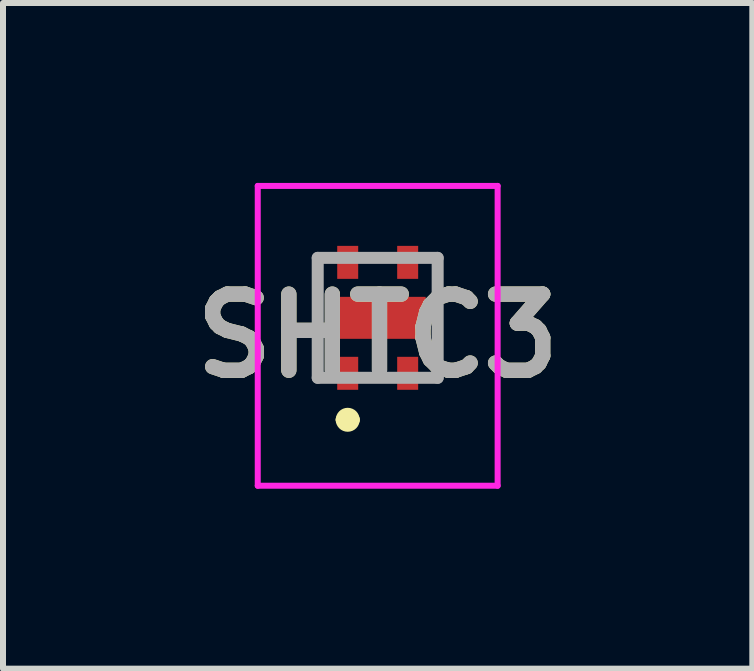
<source format=kicad_pcb>
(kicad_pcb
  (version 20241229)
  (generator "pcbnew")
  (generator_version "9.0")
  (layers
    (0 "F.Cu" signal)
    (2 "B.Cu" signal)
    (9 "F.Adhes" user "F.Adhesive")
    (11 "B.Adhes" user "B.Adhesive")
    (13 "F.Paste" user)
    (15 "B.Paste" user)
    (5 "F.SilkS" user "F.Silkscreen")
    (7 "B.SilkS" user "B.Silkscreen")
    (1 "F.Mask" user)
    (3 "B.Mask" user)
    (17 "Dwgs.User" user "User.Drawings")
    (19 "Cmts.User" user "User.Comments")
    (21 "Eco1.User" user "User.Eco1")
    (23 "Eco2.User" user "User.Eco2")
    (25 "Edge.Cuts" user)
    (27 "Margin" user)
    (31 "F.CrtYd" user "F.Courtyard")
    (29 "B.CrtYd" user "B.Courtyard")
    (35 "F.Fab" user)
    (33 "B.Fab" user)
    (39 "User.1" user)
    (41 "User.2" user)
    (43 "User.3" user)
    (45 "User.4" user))
  (footprint "SHTC3"
    (layer "F.Cu")
    (at 3.248 2.65)
    (property "Reference" "SHTC3" (at 0 -0.1 0) (layer "F.SilkS") (effects (font (size 1.27 1.27) (thickness 0.254))))
    (attr smd)
    (fp_line (start -1 -1.4) (end -1 0.6) (stroke (width 0.1) (type solid)) (layer "F.SilkS"))
    (fp_line (start -0.6 1.3) (end -0.6 1.3) (stroke (width 0.2) (type solid)) (layer "F.SilkS"))
    (fp_line (start -0.4 1.3) (end -0.4 1.3) (stroke (width 0.2) (type solid)) (layer "F.SilkS"))
    (fp_line (start 1 0.6) (end 1 -1.4) (stroke (width 0.1) (type solid)) (layer "F.SilkS"))
    (fp_arc (start -0.6 1.3) (mid -0.5 1.2) (end -0.4 1.3) (stroke (width 0.2) (type solid)) (layer "F.SilkS"))
    (fp_arc (start -0.4 1.3) (mid -0.5 1.4) (end -0.6 1.3) (stroke (width 0.2) (type solid)) (layer "F.SilkS"))
    (fp_line (start -2 -2.6) (end 2 -2.6) (stroke (width 0.1) (type solid)) (layer "F.CrtYd"))
    (fp_line (start -2 2.4) (end -2 -2.6) (stroke (width 0.1) (type solid)) (layer "F.CrtYd"))
    (fp_line (start 2 -2.6) (end 2 2.4) (stroke (width 0.1) (type solid)) (layer "F.CrtYd"))
    (fp_line (start 2 2.4) (end -2 2.4) (stroke (width 0.1) (type solid)) (layer "F.CrtYd"))
    (fp_line (start -1 -1.4) (end 1 -1.4) (stroke (width 0.2) (type solid)) (layer "F.Fab"))
    (fp_line (start -1 0.6) (end -1 -1.4) (stroke (width 0.2) (type solid)) (layer "F.Fab"))
    (fp_line (start 1 -1.4) (end 1 0.6) (stroke (width 0.2) (type solid)) (layer "F.Fab"))
    (fp_line (start 1 0.6) (end -1 0.6) (stroke (width 0.2) (type solid)) (layer "F.Fab"))
    (fp_text user "${REFERENCE}" (at 0 -0.1 0) (layer "F.Fab") (effects (font (size 1.27 1.27) (thickness 0.254))))
    (pad "1" smd rect (at -0.5 0.525) (size 0.35 0.55) (layers "F.Cu" "F.Mask" "F.Paste"))
    (pad "2" smd rect (at 0.5 0.525) (size 0.35 0.55) (layers "F.Cu" "F.Mask" "F.Paste"))
    (pad "3" smd rect (at 0.5 -1.325) (size 0.35 0.55) (layers "F.Cu" "F.Mask" "F.Paste"))
    (pad "4" smd rect (at -0.5 -1.325) (size 0.35 0.55) (layers "F.Cu" "F.Mask" "F.Paste"))
    (pad "5" smd rect (at 0 -0.4 90) (size 0.7 1.6) (layers "F.Cu" "F.Mask" "F.Paste")))
  (gr_rect
    (start -3 -3)
    (end 9.495 8.1)
    (stroke (width 0.1) (type default))
    (fill no)
    (layer "Edge.Cuts")))
</source>
